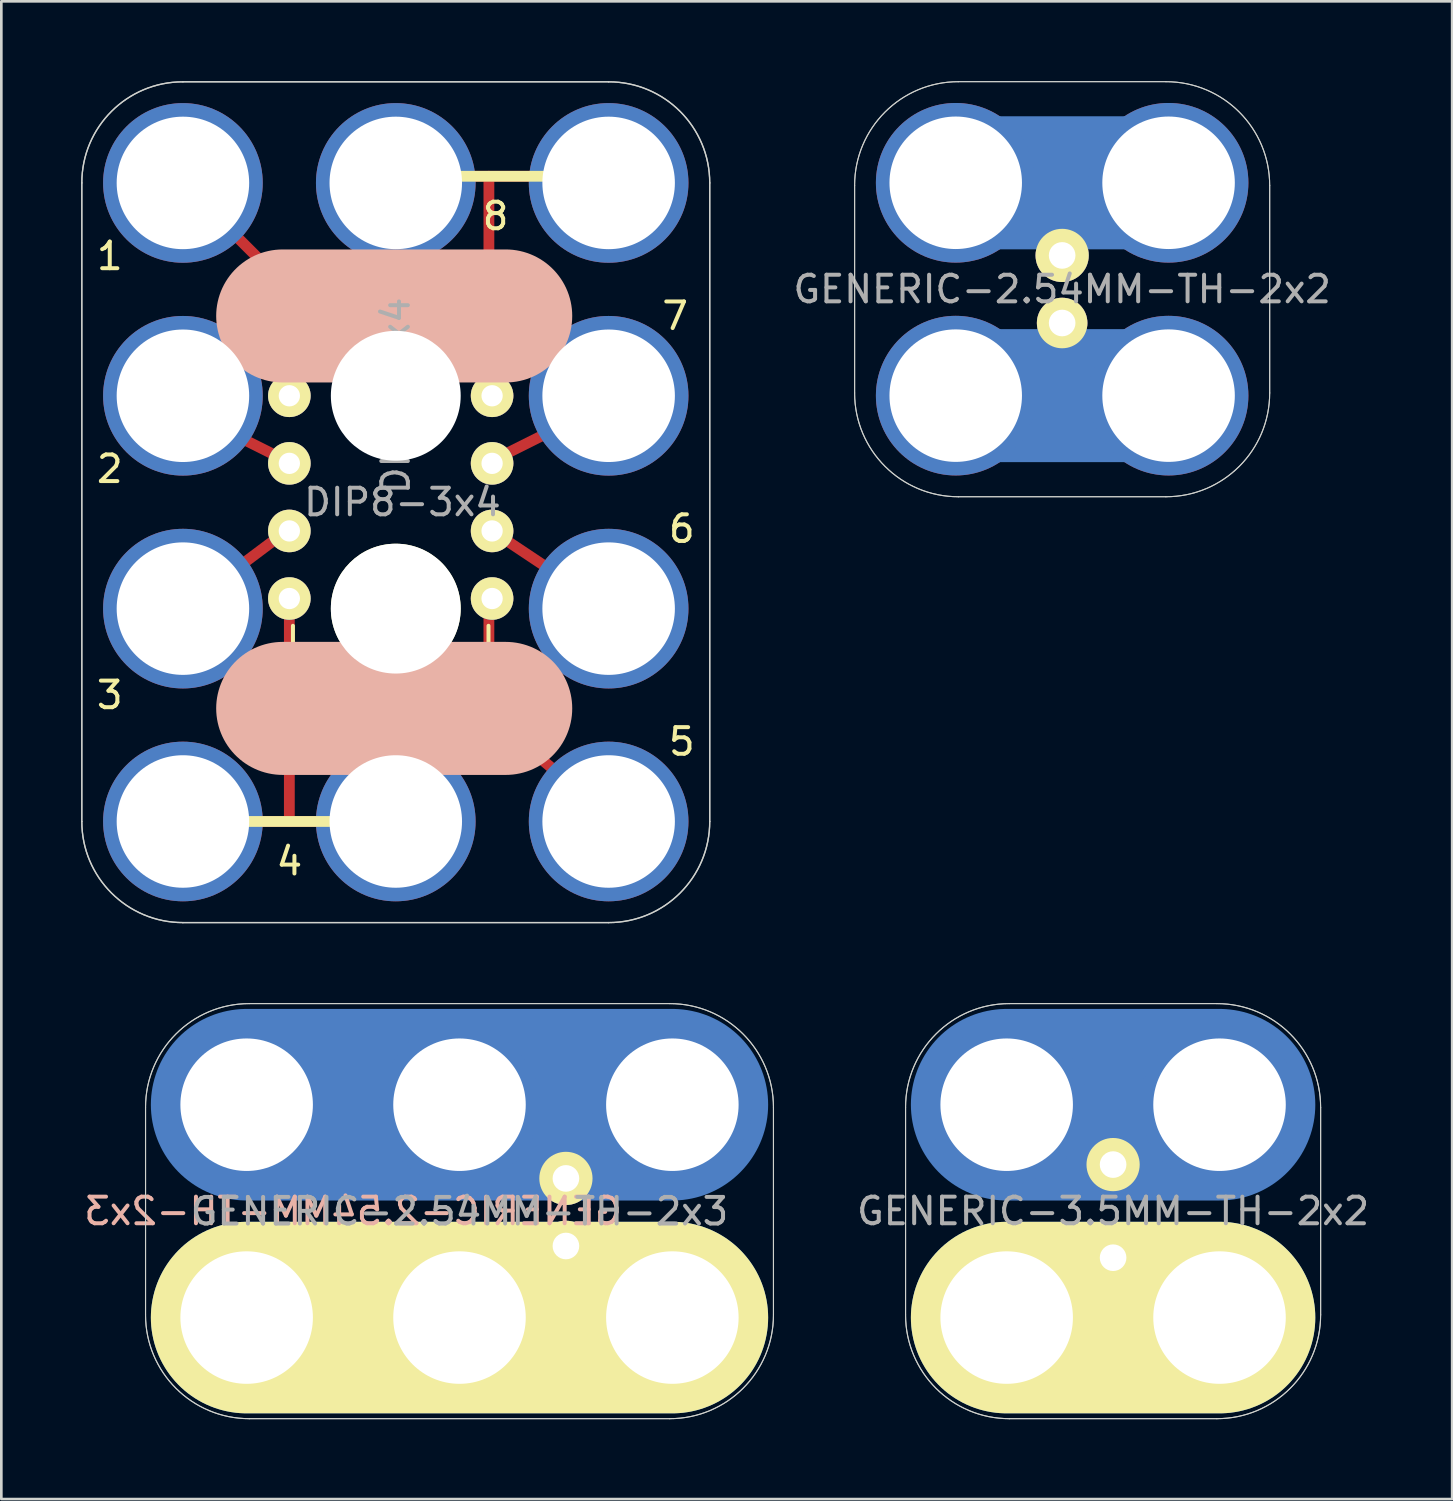
<source format=kicad_pcb>
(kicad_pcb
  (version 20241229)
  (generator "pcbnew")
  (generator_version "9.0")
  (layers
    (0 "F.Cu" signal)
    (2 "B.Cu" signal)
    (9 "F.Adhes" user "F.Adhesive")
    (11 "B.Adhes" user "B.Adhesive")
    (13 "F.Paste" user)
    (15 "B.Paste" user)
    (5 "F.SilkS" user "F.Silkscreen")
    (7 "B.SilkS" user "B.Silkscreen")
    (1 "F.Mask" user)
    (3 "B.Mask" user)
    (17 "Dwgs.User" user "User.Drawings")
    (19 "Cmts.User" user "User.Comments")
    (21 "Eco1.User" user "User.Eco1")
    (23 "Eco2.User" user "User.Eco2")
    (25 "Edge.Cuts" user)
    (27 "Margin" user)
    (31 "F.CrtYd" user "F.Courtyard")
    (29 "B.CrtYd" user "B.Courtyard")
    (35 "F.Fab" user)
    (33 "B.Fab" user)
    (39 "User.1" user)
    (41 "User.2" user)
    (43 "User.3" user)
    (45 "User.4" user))
  (footprint "GENERIC-3.5MM-TH-2x2"
    (layer "F.Cu")
    (at 34.785 46.47)
    (property "Reference" "GENERIC-3.5MM-TH-2x2" (at 4 -4 0) (layer "F.Fab") (effects (font (size 1 1) (thickness 0.15))))
    (attr through_hole)
    (fp_line (start 8 -8) (end 0 -8) (stroke (width 7.2) (type solid)) (layer "B.Cu"))
    (fp_line (start 8 0) (end 0 0) (stroke (width 7.2) (type solid)) (layer "B.Cu"))
    (fp_line (start 0 0) (end 8 0) (stroke (width 7.2) (type solid)) (layer "B.Mask"))
    (fp_line (start 8 -8) (end 0 -8) (stroke (width 7.2) (type solid)) (layer "B.Mask"))
    (fp_line (start 0 0) (end 8 0) (stroke (width 7.2) (type solid)) (layer "F.SilkS"))
    (fp_line (start -3.8 -0.1) (end -3.8 -7.9) (stroke (width 0.041) (type solid)) (layer "Edge.Cuts"))
    (fp_line (start 7.9 -11.8) (end 0.1 -11.8) (stroke (width 0.041) (type solid)) (layer "Edge.Cuts"))
    (fp_line (start 7.9 3.8) (end 0.1 3.8) (stroke (width 0.041) (type solid)) (layer "Edge.Cuts"))
    (fp_line (start 11.8 -0.1) (end 11.8 -7.9) (stroke (width 0.041) (type solid)) (layer "Edge.Cuts"))
    (fp_arc (start -3.8 -7.9) (mid -2.657716 -10.657716) (end 0.1 -11.8) (stroke (width 0.04064) (type solid)) (layer "Edge.Cuts"))
    (fp_arc (start 0.1 3.8) (mid -2.657716 2.657716) (end -3.8 -0.1) (stroke (width 0.04064) (type solid)) (layer "Edge.Cuts"))
    (fp_arc (start 7.9 -11.8) (mid 10.657716 -10.657716) (end 11.8 -7.9) (stroke (width 0.04064) (type solid)) (layer "Edge.Cuts"))
    (fp_arc (start 11.8 -0.1) (mid 10.657716 2.657716) (end 7.9 3.8) (stroke (width 0.04064) (type solid)) (layer "Edge.Cuts"))
    (fp_line (start -3.8 -0.1) (end -3.8 -7.9) (stroke (width 0.041) (type solid)) (layer "F.Fab"))
    (fp_line (start 7.9 -11.8) (end 0.1 -11.8) (stroke (width 0.041) (type solid)) (layer "F.Fab"))
    (fp_line (start 7.9 3.8) (end 0.1 3.8) (stroke (width 0.041) (type solid)) (layer "F.Fab"))
    (fp_line (start 11.8 -0.1) (end 11.8 -7.9) (stroke (width 0.041) (type solid)) (layer "F.Fab"))
    (fp_arc (start -3.8 -7.9) (mid -2.657716 -10.657716) (end 0.1 -11.8) (stroke (width 0.04064) (type solid)) (layer "F.Fab"))
    (fp_arc (start 0.1 3.8) (mid -2.657716 2.657716) (end -3.8 -0.1) (stroke (width 0.04064) (type solid)) (layer "F.Fab"))
    (fp_arc (start 7.9 -11.8) (mid 10.657716 -10.657716) (end 11.8 -7.9) (stroke (width 0.04064) (type solid)) (layer "F.Fab"))
    (fp_arc (start 11.8 -0.1) (mid 10.657716 2.657716) (end 7.9 3.8) (stroke (width 0.04064) (type solid)) (layer "F.Fab"))
    (pad "1" thru_hole circle (at 0 -8) (size 6 6) (drill 4.98) (layers "*.Cu" "*.Mask"))
    (pad "1" thru_hole circle (at 4 -5.75) (size 2 2) (drill 1.001) (layers "*.Cu" "*.Mask" "F.SilkS"))
    (pad "1" thru_hole circle (at 8 -8) (size 6 6) (drill 4.98) (layers "*.Cu" "*.Mask"))
    (pad "2" thru_hole circle (at 0 0) (size 6 6) (drill 4.98) (layers "*.Cu" "*.Mask"))
    (pad "2" thru_hole circle (at 4 -2.25 270) (size 1.9 1.9) (drill 1.001) (layers "*.Cu" "*.Mask" "F.SilkS"))
    (pad "2" thru_hole circle (at 8 0) (size 6 6) (drill 4.98) (layers "*.Cu" "*.Mask")))
  (footprint "DIP8-3x4"
    (layer "F.Cu")
    (at 3.825 27.825)
    (property "Reference" "DIP8-3x4" (at 8.25 -12 0) (layer "F.Fab") (effects (font (size 1 1) (thickness 0.15))))
    (attr through_hole)
    (fp_line (start 0 -15.5) (end 4 -13.5) (stroke (width 0.406) (type solid)) (layer "F.Cu"))
    (fp_line (start 0 0) (end 8 0) (stroke (width 0.406) (type solid)) (layer "F.Cu"))
    (fp_line (start 4 -20) (end 0 -24) (stroke (width 0.406) (type solid)) (layer "F.Cu"))
    (fp_line (start 4 -16) (end 4 -20) (stroke (width 0.406) (type solid)) (layer "F.Cu"))
    (fp_line (start 4 -11) (end 0 -8) (stroke (width 0.406) (type solid)) (layer "F.Cu"))
    (fp_line (start 4 -8.25) (end 4 0) (stroke (width 0.406) (type solid)) (layer "F.Cu"))
    (fp_line (start 8 -24.25) (end 16 -24.25) (stroke (width 0.406) (type solid)) (layer "F.Cu"))
    (fp_line (start 11.5 -17.5) (end 11.5 -24.25) (stroke (width 0.406) (type solid)) (layer "F.Cu"))
    (fp_line (start 11.5 -17.5) (end 11.5 -16) (stroke (width 0.406) (type solid)) (layer "F.Cu"))
    (fp_line (start 11.5 -13.5) (end 16 -15.75) (stroke (width 0.406) (type solid)) (layer "F.Cu"))
    (fp_line (start 11.5 -11) (end 16 -8) (stroke (width 0.406) (type solid)) (layer "F.Cu"))
    (fp_line (start 11.5 -8.5) (end 11.5 -4) (stroke (width 0.406) (type solid)) (layer "F.Cu"))
    (fp_line (start 11.5 -4) (end 16.25 0) (stroke (width 0.406) (type solid)) (layer "F.Cu"))
    (fp_line (start 0 0) (end 8.25 0) (stroke (width 0.406) (type solid)) (layer "F.SilkS"))
    (fp_line (start 4.135 -18.295) (end 4.135 -17.025) (stroke (width 0.15) (type solid)) (layer "F.SilkS"))
    (fp_line (start 4.135 -18.295) (end 11.485 -18.295) (stroke (width 0.15) (type solid)) (layer "F.SilkS"))
    (fp_line (start 4.135 -6.085) (end 4.135 -7.355) (stroke (width 0.15) (type solid)) (layer "F.SilkS"))
    (fp_line (start 4.135 -6.085) (end 11.485 -6.085) (stroke (width 0.15) (type solid)) (layer "F.SilkS"))
    (fp_line (start 8 -24.25) (end 16.25 -24.25) (stroke (width 0.406) (type solid)) (layer "F.SilkS"))
    (fp_line (start 11.485 -18.295) (end 11.485 -17.025) (stroke (width 0.15) (type solid)) (layer "F.SilkS"))
    (fp_line (start 11.485 -6.085) (end 11.485 -7.355) (stroke (width 0.15) (type solid)) (layer "F.SilkS"))
    (fp_circle (center 3.85 -17.85) (end 3.575 -17.85) (stroke (width 0.8) (type solid)) (fill no) (layer "F.SilkS"))
    (fp_line (start 12.132 -19) (end 3.75 -19) (stroke (width 5) (type solid)) (layer "B.SilkS"))
    (fp_line (start 12.132 -4.25) (end 3.75 -4.25) (stroke (width 5) (type solid)) (layer "B.SilkS"))
    (fp_line (start -3.8 -24) (end -3.8 0) (stroke (width 0.05) (type solid)) (layer "Edge.Cuts"))
    (fp_line (start 0 -27.8) (end 16 -27.8) (stroke (width 0.05) (type solid)) (layer "Edge.Cuts"))
    (fp_line (start 0 3.8) (end 16 3.8) (stroke (width 0.05) (type solid)) (layer "Edge.Cuts"))
    (fp_line (start 19.8 -24) (end 19.8 0) (stroke (width 0.05) (type solid)) (layer "Edge.Cuts"))
    (fp_arc (start -3.8 -24) (mid -2.687006 -26.687006) (end 0 -27.8) (stroke (width 0.05) (type solid)) (layer "Edge.Cuts"))
    (fp_arc (start 0 3.8) (mid -2.687006 2.687006) (end -3.8 0) (stroke (width 0.05) (type solid)) (layer "Edge.Cuts"))
    (fp_arc (start 16 -27.8) (mid 18.687006 -26.687006) (end 19.8 -24) (stroke (width 0.05) (type solid)) (layer "Edge.Cuts"))
    (fp_arc (start 19.8 0) (mid 18.687006 2.687006) (end 16 3.8) (stroke (width 0.05) (type solid)) (layer "Edge.Cuts"))
    (fp_line (start -3.8 -24) (end -3.8 0) (stroke (width 0.05) (type solid)) (layer "F.Fab"))
    (fp_line (start 0 -27.8) (end 16 -27.8) (stroke (width 0.05) (type solid)) (layer "F.Fab"))
    (fp_line (start 0 3.8) (end 16 3.8) (stroke (width 0.05) (type solid)) (layer "F.Fab"))
    (fp_line (start 19.8 -24) (end 19.8 0) (stroke (width 0.05) (type solid)) (layer "F.Fab"))
    (fp_arc (start -3.8 -24) (mid -2.687006 -26.687006) (end 0 -27.8) (stroke (width 0.05) (type solid)) (layer "F.Fab"))
    (fp_arc (start 0 3.8) (mid -2.687006 2.687006) (end -3.8 0) (stroke (width 0.05) (type solid)) (layer "F.Fab"))
    (fp_arc (start 16 -27.8) (mid 18.687006 -26.687006) (end 19.8 -24) (stroke (width 0.05) (type solid)) (layer "F.Fab"))
    (fp_arc (start 19.8 0) (mid 18.687006 2.687006) (end 16 3.8) (stroke (width 0.05) (type solid)) (layer "F.Fab"))
    (fp_text user "2" (at -2.75 -13.25 0) (layer "F.SilkS") (effects (font (size 1 1) (thickness 0.15))))
    (fp_text user "1" (at -2.75 -21.25 0) (layer "F.SilkS") (effects (font (size 1 1) (thickness 0.15))))
    (fp_text user "6" (at 18.75 -11 0) (layer "F.SilkS") (effects (font (size 1 1) (thickness 0.15))))
    (fp_text user "8" (at 11.75 -22.75 0) (layer "F.SilkS") (effects (font (size 1 1) (thickness 0.15))))
    (fp_text user "7" (at 18.5 -19 0) (layer "F.SilkS") (effects (font (size 1 1) (thickness 0.15))))
    (fp_text user "4" (at 4 1.5 0) (layer "F.SilkS") (effects (font (size 1 1) (thickness 0.15))))
    (fp_text user "3" (at -2.75 -4.75 0) (layer "F.SilkS") (effects (font (size 1 1) (thickness 0.15))))
    (fp_text user "5" (at 18.75 -3 0) (layer "F.SilkS") (effects (font (size 1 1) (thickness 0.15))))
    (fp_text user "${REFERENCE}" (at 8 -16 270) (layer "F.Fab") (effects (font (size 1 1) (thickness 0.15))))
    (pad "" np_thru_hole circle (at 8 -16 270) (size 4.88 4.88) (drill 4.98) (layers "*.Cu" "*.Mask"))
    (pad "" np_thru_hole circle (at 8 -8 270) (size 4.88 4.88) (drill 4.98) (layers "*.Cu" "*.Mask" "F.SilkS"))
    (pad "1" thru_hole circle (at 0 -24 270) (size 6 6) (drill 4.98) (layers "*.Cu" "*.Mask"))
    (pad "1" thru_hole oval (at 4 -16) (size 1.6 1.6) (drill 0.8) (layers "*.Cu" "*.Mask" "F.SilkS"))
    (pad "2" thru_hole circle (at 0 -16 270) (size 6 6) (drill 4.98) (layers "*.Cu" "*.Mask"))
    (pad "2" thru_hole oval (at 4 -13.46) (size 1.6 1.6) (drill 0.8) (layers "*.Cu" "*.Mask" "F.SilkS"))
    (pad "3" thru_hole circle (at 0 -8 270) (size 6 6) (drill 4.98) (layers "*.Cu" "*.Mask"))
    (pad "3" thru_hole oval (at 4 -10.92) (size 1.6 1.6) (drill 0.8) (layers "*.Cu" "*.Mask" "F.SilkS"))
    (pad "4" thru_hole circle (at 0 0 270) (size 6 6) (drill 4.98) (layers "*.Cu" "*.Mask"))
    (pad "4" thru_hole oval (at 4 -8.38) (size 1.6 1.6) (drill 0.8) (layers "*.Cu" "*.Mask" "F.SilkS"))
    (pad "4" thru_hole circle (at 8 0 270) (size 6 6) (drill 4.98) (layers "*.Cu" "*.Mask"))
    (pad "5" thru_hole oval (at 11.62 -8.38) (size 1.6 1.6) (drill 0.8) (layers "*.Cu" "*.Mask" "F.SilkS"))
    (pad "5" thru_hole circle (at 16 0 270) (size 6 6) (drill 4.98) (layers "*.Cu" "*.Mask"))
    (pad "6" thru_hole oval (at 11.62 -10.92) (size 1.6 1.6) (drill 0.8) (layers "*.Cu" "*.Mask" "F.SilkS"))
    (pad "6" thru_hole circle (at 16 -8 270) (size 6 6) (drill 4.98) (layers "*.Cu" "*.Mask"))
    (pad "7" thru_hole oval (at 11.62 -13.46) (size 1.6 1.6) (drill 0.8) (layers "*.Cu" "*.Mask" "F.SilkS"))
    (pad "7" thru_hole circle (at 16 -16 270) (size 6 6) (drill 4.98) (layers "*.Cu" "*.Mask"))
    (pad "8" thru_hole circle (at 8 -24 270) (size 6 6) (drill 4.98) (layers "*.Cu" "*.Mask"))
    (pad "8" thru_hole oval (at 11.62 -16) (size 1.6 1.6) (drill 0.8) (layers "*.Cu" "*.Mask" "F.SilkS"))
    (pad "8" thru_hole circle (at 16 -24 270) (size 6 6) (drill 4.98) (layers "*.Cu" "*.Mask")))
  (footprint "GENERIC-2.54MM-TH-2x2"
    (layer "F.Cu")
    (at 32.87 11.82)
    (property "Reference" "GENERIC-2.54MM-TH-2x2" (at 4 -4 0) (layer "F.Fab") (effects (font (size 1 1) (thickness 0.15))))
    (attr through_hole)
    (fp_line (start 8 -8) (end 0 -8) (stroke (width 5) (type solid)) (layer "B.Cu"))
    (fp_line (start 8 0) (end 0 0) (stroke (width 5) (type solid)) (layer "B.Cu"))
    (fp_line (start 0 0) (end 8 0) (stroke (width 5) (type solid)) (layer "B.Mask"))
    (fp_line (start 8 -8) (end 0 -8) (stroke (width 5) (type solid)) (layer "B.Mask"))
    (fp_line (start -3.8 -0.1) (end -3.8 -7.9) (stroke (width 0.041) (type solid)) (layer "Edge.Cuts"))
    (fp_line (start 7.9 -11.8) (end 0.1 -11.8) (stroke (width 0.041) (type solid)) (layer "Edge.Cuts"))
    (fp_line (start 7.9 3.8) (end 0.1 3.8) (stroke (width 0.041) (type solid)) (layer "Edge.Cuts"))
    (fp_line (start 11.8 -0.1) (end 11.8 -7.9) (stroke (width 0.041) (type solid)) (layer "Edge.Cuts"))
    (fp_arc (start -3.8 -7.9) (mid -2.657716 -10.657716) (end 0.1 -11.8) (stroke (width 0.04064) (type solid)) (layer "Edge.Cuts"))
    (fp_arc (start 0.1 3.8) (mid -2.657716 2.657716) (end -3.8 -0.1) (stroke (width 0.04064) (type solid)) (layer "Edge.Cuts"))
    (fp_arc (start 7.9 -11.8) (mid 10.657716 -10.657716) (end 11.8 -7.9) (stroke (width 0.04064) (type solid)) (layer "Edge.Cuts"))
    (fp_arc (start 11.8 -0.1) (mid 10.657716 2.657716) (end 7.9 3.8) (stroke (width 0.04064) (type solid)) (layer "Edge.Cuts"))
    (fp_line (start -3.8 -0.1) (end -3.8 -7.9) (stroke (width 0.041) (type solid)) (layer "F.Fab"))
    (fp_line (start 7.9 -11.8) (end 0.1 -11.8) (stroke (width 0.041) (type solid)) (layer "F.Fab"))
    (fp_line (start 7.9 3.8) (end 0.1 3.8) (stroke (width 0.041) (type solid)) (layer "F.Fab"))
    (fp_line (start 11.8 -0.1) (end 11.8 -7.9) (stroke (width 0.041) (type solid)) (layer "F.Fab"))
    (fp_arc (start -3.8 -7.9) (mid -2.657716 -10.657716) (end 0.1 -11.8) (stroke (width 0.04064) (type solid)) (layer "F.Fab"))
    (fp_arc (start 0.1 3.8) (mid -2.657716 2.657716) (end -3.8 -0.1) (stroke (width 0.04064) (type solid)) (layer "F.Fab"))
    (fp_arc (start 7.9 -11.8) (mid 10.657716 -10.657716) (end 11.8 -7.9) (stroke (width 0.04064) (type solid)) (layer "F.Fab"))
    (fp_arc (start 11.8 -0.1) (mid 10.657716 2.657716) (end 7.9 3.8) (stroke (width 0.04064) (type solid)) (layer "F.Fab"))
    (pad "1" thru_hole circle (at 0 -8) (size 6 6) (drill 4.98) (layers "*.Cu" "*.Mask"))
    (pad "1" thru_hole circle (at 4 -5.27) (size 2 2) (drill 1.001) (layers "*.Cu" "*.Mask" "F.SilkS"))
    (pad "1" thru_hole circle (at 8 -8) (size 6 6) (drill 4.98) (layers "*.Cu" "*.Mask"))
    (pad "2" thru_hole circle (at 0 0) (size 6 6) (drill 4.98) (layers "*.Cu" "*.Mask"))
    (pad "2" thru_hole circle (at 4 -2.73 270) (size 1.9 1.9) (drill 1.001) (layers "*.Cu" "*.Mask" "F.SilkS"))
    (pad "2" thru_hole circle (at 8 0) (size 6 6) (drill 4.98) (layers "*.Cu" "*.Mask")))
  (footprint "GENERIC-2.54MM-TH-2x3"
    (layer "F.Cu")
    (at 14.22 46.47)
    (property "Reference" "GENERIC-2.54MM-TH-2x3" (at -4 -4 0) (layer "B.SilkS") (effects (font (size 1 1) (thickness 0.15)) (justify mirror)))
    (attr through_hole)
    (fp_line (start 8 -8) (end -8 -8) (stroke (width 7.2) (type solid)) (layer "B.Cu"))
    (fp_line (start 8 0) (end -8 0) (stroke (width 7.2) (type solid)) (layer "B.Cu"))
    (fp_line (start 8 -8) (end -8 -8) (stroke (width 7.2) (type solid)) (layer "B.Mask"))
    (fp_line (start 8 0) (end -8 0) (stroke (width 7.2) (type solid)) (layer "B.Mask"))
    (fp_line (start 8 0) (end -8 0) (stroke (width 7.2) (type solid)) (layer "F.SilkS"))
    (fp_line (start -11.8 -0.1) (end -11.8 -7.9) (stroke (width 0.041) (type solid)) (layer "Edge.Cuts"))
    (fp_line (start 7.9 -11.8) (end -7.9 -11.8) (stroke (width 0.041) (type solid)) (layer "Edge.Cuts"))
    (fp_line (start 7.9 3.8) (end -7.9 3.8) (stroke (width 0.041) (type solid)) (layer "Edge.Cuts"))
    (fp_line (start 11.8 -0.1) (end 11.8 -7.9) (stroke (width 0.041) (type solid)) (layer "Edge.Cuts"))
    (fp_arc (start -11.8 -7.9) (mid -10.657716 -10.657716) (end -7.9 -11.8) (stroke (width 0.04064) (type solid)) (layer "Edge.Cuts"))
    (fp_arc (start -7.9 3.8) (mid -10.657716 2.657716) (end -11.8 -0.1) (stroke (width 0.04064) (type solid)) (layer "Edge.Cuts"))
    (fp_arc (start 7.9 -11.8) (mid 10.657716 -10.657716) (end 11.8 -7.9) (stroke (width 0.04064) (type solid)) (layer "Edge.Cuts"))
    (fp_arc (start 11.8 -0.1) (mid 10.657716 2.657716) (end 7.9 3.8) (stroke (width 0.04064) (type solid)) (layer "Edge.Cuts"))
    (fp_line (start -11.8 -0.1) (end -11.8 -7.9) (stroke (width 0.041) (type solid)) (layer "F.Fab"))
    (fp_line (start 7.9 -11.8) (end -7.9 -11.8) (stroke (width 0.041) (type solid)) (layer "F.Fab"))
    (fp_line (start 7.9 3.8) (end -7.9 3.8) (stroke (width 0.041) (type solid)) (layer "F.Fab"))
    (fp_line (start 11.8 -0.1) (end 11.8 -7.9) (stroke (width 0.041) (type solid)) (layer "F.Fab"))
    (fp_arc (start -11.8 -7.9) (mid -10.657716 -10.657716) (end -7.9 -11.8) (stroke (width 0.04064) (type solid)) (layer "F.Fab"))
    (fp_arc (start -7.9 3.8) (mid -10.657716 2.657716) (end -11.8 -0.1) (stroke (width 0.04064) (type solid)) (layer "F.Fab"))
    (fp_arc (start 7.9 -11.8) (mid 10.657716 -10.657716) (end 11.8 -7.9) (stroke (width 0.04064) (type solid)) (layer "F.Fab"))
    (fp_arc (start 11.8 -0.1) (mid 10.657716 2.657716) (end 7.9 3.8) (stroke (width 0.04064) (type solid)) (layer "F.Fab"))
    (fp_text user "${REFERENCE}" (at 0 -3.99 0) (layer "F.Fab") (effects (font (size 1 1) (thickness 0.15))))
    (pad "+" thru_hole circle (at -8 -8) (size 6 6) (drill 4.98) (layers "*.Cu" "*.Mask"))
    (pad "+" thru_hole circle (at 0 -8) (size 6 6) (drill 4.98) (layers "*.Cu" "*.Mask"))
    (pad "+" thru_hole circle (at 4 -5.23) (size 2 2) (drill 1.001) (layers "*.Cu" "*.Mask" "F.SilkS"))
    (pad "+" thru_hole circle (at 8 -8) (size 6 6) (drill 4.98) (layers "*.Cu" "*.Mask"))
    (pad "-" thru_hole circle (at -8 0) (size 6 6) (drill 4.98) (layers "*.Cu" "*.Mask"))
    (pad "-" thru_hole circle (at 0 0) (size 6 6) (drill 4.98) (layers "*.Cu" "*.Mask"))
    (pad "-" thru_hole circle (at 4 -2.69 270) (size 1.9 1.9) (drill 1.001) (layers "*.Cu" "*.Mask" "F.SilkS"))
    (pad "-" thru_hole circle (at 8 0) (size 6 6) (drill 4.98) (layers "*.Cu" "*.Mask")))
  (gr_rect
    (start -3 -3)
    (end 51.529 53.291)
    (stroke (width 0.1) (type default))
    (fill no)
    (layer "Edge.Cuts")))
</source>
